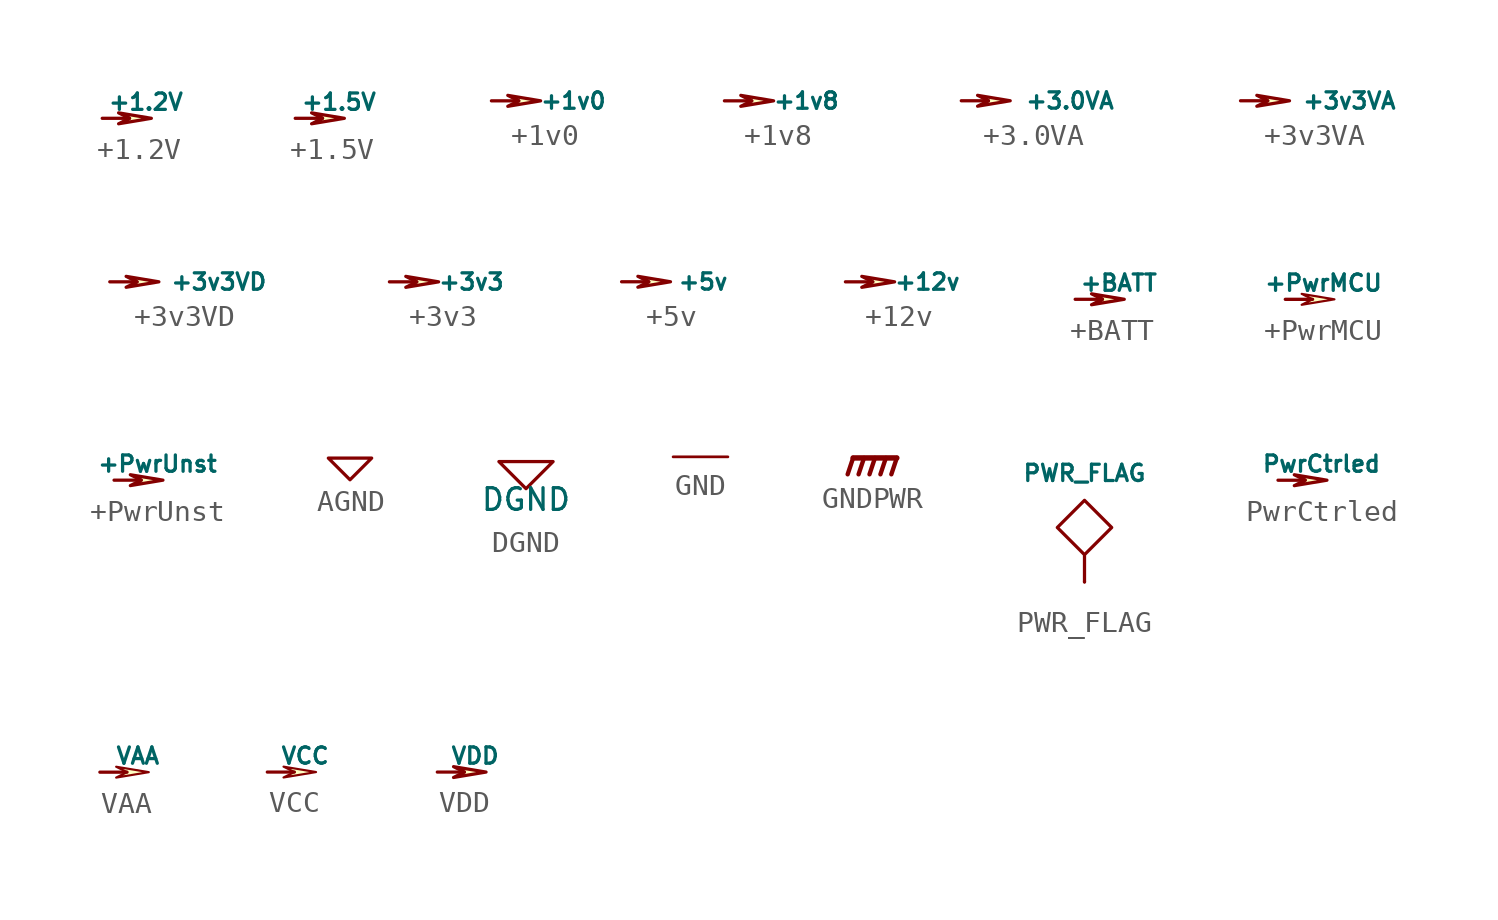
<source format=kicad_sym>
(kicad_symbol_lib
  (version 20201005)
  (generator kicad_symbol_editor)
  (symbol "power:+1.2V"
    (power)
    (pin_names
      (offset 0))
    (property "Reference" "#PWR"
      (at 0 -1.016 0)
      (effects (font (size 0.762 0.762)) hide))
    (property "Value" "+1.2V"
      (at 2.032 0.762 0)
      (effects (font (size 0.762 0.762))))
    (property "Footprint" ""
      (at 0 0 0)
      (effects (font (size 1.524 1.524))))
    (property "Datasheet" ""
      (at 0 0 0)
      (effects (font (size 1.524 1.524))))
    (symbol "+1.2V_0_0"
      (pin power_in line (at 0 0 90) (length 0) hide (name "+1.2V" (effects (font (size 0.762 0.762)))) (number "1" (effects (font (size 0.762 0.762))))))
    (symbol "+1.2V_0_1"
      (polyline (pts (xy 0 0) (xy 1.27 0) (xy 1.27 0)) (stroke (width 0)) (fill (type none)))
      (polyline (pts (xy 1.27 0) (xy 0.762 0.254) (xy 2.286 0) (xy 0.762 -0.254) (xy 1.27 0) (xy 1.27 0)) (stroke (width 0)) (fill (type background)))))
  (symbol "power:+1.5V"
    (power)
    (pin_names
      (offset 0))
    (property "Reference" "#PWR"
      (at 0 -1.016 0)
      (effects (font (size 0.762 0.762)) hide))
    (property "Value" "+1.5V"
      (at 2.032 0.762 0)
      (effects (font (size 0.762 0.762))))
    (property "Footprint" ""
      (at 0 0 0)
      (effects (font (size 1.524 1.524))))
    (property "Datasheet" ""
      (at 0 0 0)
      (effects (font (size 1.524 1.524))))
    (symbol "+1.5V_0_0"
      (pin power_in line (at 0 0 90) (length 0) hide (name "+1.5V" (effects (font (size 0.762 0.762)))) (number "1" (effects (font (size 0.762 0.762))))))
    (symbol "+1.5V_0_1"
      (polyline (pts (xy 0 0) (xy 1.27 0) (xy 1.27 0)) (stroke (width 0)) (fill (type none)))
      (polyline (pts (xy 1.27 0) (xy 0.762 0.254) (xy 2.286 0) (xy 0.762 -0.254) (xy 1.27 0) (xy 1.27 0)) (stroke (width 0)) (fill (type background)))))
  (symbol "power:+1v0"
    (power)
    (pin_names
      (offset 0))
    (property "Reference" "#PWR"
      (at 0 -1.016 0)
      (effects (font (size 0.762 0.762)) hide))
    (property "Value" "+1v0"
      (at 3.81 0 0)
      (effects (font (size 0.762 0.762))))
    (property "Footprint" ""
      (at 0 0 0)
      (effects (font (size 1.524 1.524))))
    (property "Datasheet" ""
      (at 0 0 0)
      (effects (font (size 1.524 1.524))))
    (symbol "+1v0_0_0"
      (pin power_in line (at 0 0 90) (length 0) hide (name "+1v0" (effects (font (size 0.762 0.762)))) (number "1" (effects (font (size 0.762 0.762))))))
    (symbol "+1v0_0_1"
      (polyline (pts (xy 0 0) (xy 1.27 0) (xy 1.27 0)) (stroke (width 0)) (fill (type none)))
      (polyline (pts (xy 1.27 0) (xy 0.762 0.254) (xy 2.286 0) (xy 0.762 -0.254) (xy 1.27 0) (xy 1.27 0)) (stroke (width 0)) (fill (type background)))))
  (symbol "power:+1v8"
    (power)
    (pin_names
      (offset 0))
    (property "Reference" "#PWR"
      (at 0 -1.016 0)
      (effects (font (size 0.762 0.762)) hide))
    (property "Value" "+1v8"
      (at 3.81 0 0)
      (effects (font (size 0.762 0.762))))
    (property "Footprint" ""
      (at 0 0 0)
      (effects (font (size 1.524 1.524))))
    (property "Datasheet" ""
      (at 0 0 0)
      (effects (font (size 1.524 1.524))))
    (symbol "+1v8_0_0"
      (pin power_in line (at 0 0 90) (length 0) hide (name "+1v8" (effects (font (size 0.762 0.762)))) (number "1" (effects (font (size 0.762 0.762))))))
    (symbol "+1v8_0_1"
      (polyline (pts (xy 0 0) (xy 1.27 0) (xy 1.27 0)) (stroke (width 0)) (fill (type none)))
      (polyline (pts (xy 1.27 0) (xy 0.762 0.254) (xy 2.286 0) (xy 0.762 -0.254) (xy 1.27 0) (xy 1.27 0)) (stroke (width 0)) (fill (type background)))))
  (symbol "power:+3.0VA"
    (power)
    (pin_names
      (offset 0))
    (property "Reference" "#PWR"
      (at 0 -1.016 0)
      (effects (font (size 0.762 0.762)) hide))
    (property "Value" "+3.0VA"
      (at 5.08 0 0)
      (effects (font (size 0.762 0.762))))
    (property "Footprint" ""
      (at 0 0 0)
      (effects (font (size 1.524 1.524))))
    (property "Datasheet" ""
      (at 0 0 0)
      (effects (font (size 1.524 1.524))))
    (symbol "+3.0VA_0_0"
      (pin power_in line (at 0 0 90) (length 0) hide (name "+3.0VA" (effects (font (size 0.762 0.762)))) (number "1" (effects (font (size 0.762 0.762))))))
    (symbol "+3.0VA_0_1"
      (polyline (pts (xy 0 0) (xy 1.27 0) (xy 1.27 0)) (stroke (width 0)) (fill (type none)))
      (polyline (pts (xy 1.27 0) (xy 0.762 0.254) (xy 2.286 0) (xy 0.762 -0.254) (xy 1.27 0) (xy 1.27 0)) (stroke (width 0)) (fill (type background)))))
  (symbol "power:+3v3VA"
    (power)
    (pin_names
      (offset 0))
    (property "Reference" "#PWR"
      (at 0 -1.016 0)
      (effects (font (size 0.762 0.762)) hide))
    (property "Value" "+3v3VA"
      (at 5.08 0 0)
      (effects (font (size 0.762 0.762))))
    (property "Footprint" ""
      (at 0 0 0)
      (effects (font (size 1.524 1.524))))
    (property "Datasheet" ""
      (at 0 0 0)
      (effects (font (size 1.524 1.524))))
    (symbol "+3v3VA_0_0"
      (pin power_in line (at 0 0 90) (length 0) hide (name "+3v3VA" (effects (font (size 0.762 0.762)))) (number "1" (effects (font (size 0.762 0.762))))))
    (symbol "+3v3VA_0_1"
      (polyline (pts (xy 0 0) (xy 1.27 0) (xy 1.27 0)) (stroke (width 0)) (fill (type none)))
      (polyline (pts (xy 1.27 0) (xy 0.762 0.254) (xy 2.286 0) (xy 0.762 -0.254) (xy 1.27 0) (xy 1.27 0)) (stroke (width 0)) (fill (type background)))))
  (symbol "power:+3v3VD"
    (power)
    (pin_names
      (offset 0))
    (property "Reference" "#PWR"
      (at 2.54 -1.27 0)
      (effects (font (size 0.762 0.762)) hide))
    (property "Value" "+3v3VD"
      (at 5.08 0 0)
      (effects (font (size 0.762 0.762))))
    (property "Footprint" ""
      (at 0 0 0)
      (effects (font (size 1.524 1.524))))
    (property "Datasheet" ""
      (at 0 0 0)
      (effects (font (size 1.524 1.524))))
    (symbol "+3v3VD_0_0"
      (pin power_in line (at 0 0 90) (length 0) hide (name "+3v3VD" (effects (font (size 0.762 0.762)))) (number "1" (effects (font (size 0.762 0.762))))))
    (symbol "+3v3VD_0_1"
      (polyline (pts (xy 0 0) (xy 1.27 0) (xy 1.27 0)) (stroke (width 0)) (fill (type none)))
      (polyline (pts (xy 1.27 0) (xy 0.762 0.254) (xy 2.286 0) (xy 0.762 -0.254) (xy 1.27 0) (xy 1.27 0)) (stroke (width 0)) (fill (type background)))))
  (symbol "power:+3v3"
    (power)
    (pin_names
      (offset 0))
    (property "Reference" "#PWR"
      (at 0 -1.016 0)
      (effects (font (size 0.762 0.762)) hide))
    (property "Value" "+3v3"
      (at 3.81 0 0)
      (effects (font (size 0.762 0.762))))
    (property "Footprint" ""
      (at 0 0 0)
      (effects (font (size 1.524 1.524))))
    (property "Datasheet" ""
      (at 0 0 0)
      (effects (font (size 1.524 1.524))))
    (symbol "+3v3_0_0"
      (pin power_in line (at 0 0 90) (length 0) hide (name "+3v3" (effects (font (size 0.762 0.762)))) (number "1" (effects (font (size 0.762 0.762))))))
    (symbol "+3v3_0_1"
      (polyline (pts (xy 0 0) (xy 1.27 0) (xy 1.27 0)) (stroke (width 0)) (fill (type none)))
      (polyline (pts (xy 1.27 0) (xy 0.762 0.254) (xy 2.286 0) (xy 0.762 -0.254) (xy 1.27 0) (xy 1.27 0)) (stroke (width 0)) (fill (type background)))))
  (symbol "power:+5v"
    (power)
    (pin_names
      (offset 0))
    (property "Reference" "#PWR"
      (at 0 -1.016 0)
      (effects (font (size 0.762 0.762)) hide))
    (property "Value" "+5v"
      (at 3.81 0 0)
      (effects (font (size 0.762 0.762))))
    (property "Footprint" ""
      (at 0 0 0)
      (effects (font (size 1.524 1.524))))
    (property "Datasheet" ""
      (at 0 0 0)
      (effects (font (size 1.524 1.524))))
    (symbol "+5v_0_0"
      (pin power_in line (at 0 0 90) (length 0) hide (name "+5v" (effects (font (size 0.762 0.762)))) (number "1" (effects (font (size 0.762 0.762))))))
    (symbol "+5v_0_1"
      (polyline (pts (xy 0 0) (xy 1.27 0) (xy 1.27 0)) (stroke (width 0)) (fill (type none)))
      (polyline (pts (xy 1.27 0) (xy 0.762 0.254) (xy 2.286 0) (xy 0.762 -0.254) (xy 1.27 0) (xy 1.27 0)) (stroke (width 0)) (fill (type background)))))
  (symbol "power:+12v"
    (power)
    (pin_names
      (offset 0))
    (property "Reference" "#PWR"
      (at 0 -1.016 0)
      (effects (font (size 0.762 0.762)) hide))
    (property "Value" "+12v"
      (at 3.81 0 0)
      (effects (font (size 0.762 0.762))))
    (property "Footprint" ""
      (at 0 0 0)
      (effects (font (size 1.524 1.524))))
    (property "Datasheet" ""
      (at 0 0 0)
      (effects (font (size 1.524 1.524))))
    (symbol "+12v_0_0"
      (pin power_in line (at 0 0 90) (length 0) hide (name "+12v" (effects (font (size 0.762 0.762)))) (number "1" (effects (font (size 0.762 0.762))))))
    (symbol "+12v_0_1"
      (polyline (pts (xy 0 0) (xy 1.27 0) (xy 1.27 0)) (stroke (width 0)) (fill (type none)))
      (polyline (pts (xy 1.27 0) (xy 0.762 0.254) (xy 2.286 0) (xy 0.762 -0.254) (xy 1.27 0) (xy 1.27 0)) (stroke (width 0)) (fill (type background)))))
  (symbol "power:+BATT"
    (power)
    (pin_names
      (offset 0))
    (property "Reference" "#PWR"
      (at 0 -1.016 0)
      (effects (font (size 0.762 0.762)) hide))
    (property "Value" "+BATT"
      (at 2.032 0.762 0)
      (effects (font (size 0.762 0.762))))
    (property "Footprint" ""
      (at 0 0 0)
      (effects (font (size 1.524 1.524))))
    (property "Datasheet" ""
      (at 0 0 0)
      (effects (font (size 1.524 1.524))))
    (symbol "+BATT_0_0"
      (pin power_in line (at 0 0 90) (length 0) hide (name "+BATT" (effects (font (size 0.762 0.762)))) (number "1" (effects (font (size 0.762 0.762))))))
    (symbol "+BATT_0_1"
      (polyline (pts (xy 0 0) (xy 1.27 0) (xy 1.27 0)) (stroke (width 0)) (fill (type none)))
      (polyline (pts (xy 1.27 0) (xy 0.762 0.254) (xy 2.286 0) (xy 0.762 -0.254) (xy 1.27 0) (xy 1.27 0)) (stroke (width 0)) (fill (type background)))))
  (symbol "power:+PwrMCU"
    (power)
    (pin_names
      (offset 0))
    (property "Reference" "#PWR"
      (at 0 1.27 0)
      (effects (font (size 0.762 0.762)) hide))
    (property "Value" "+PwrMCU"
      (at 1.778 0.762 0)
      (effects (font (size 0.762 0.762))))
    (property "Footprint" ""
      (at 0 0 0)
      (effects (font (size 1.524 1.524))))
    (property "Datasheet" ""
      (at 0 0 0)
      (effects (font (size 1.524 1.524))))
    (symbol "+PwrMCU_0_0"
      (pin power_in line (at 0 0 90) (length 0) hide (name "+PwrMCU" (effects (font (size 0.508 0.508)))) (number "1" (effects (font (size 0.508 0.508))))))
    (symbol "+PwrMCU_0_1"
      (polyline (pts (xy 0 0) (xy 1.27 0) (xy 1.27 0)) (stroke (width 0)) (fill (type none)))
      (polyline (pts (xy 1.27 0) (xy 0.762 0.254) (xy 2.286 0) (xy 0.762 -0.254) (xy 1.27 0)) (stroke (width 0.102)) (fill (type background)))))
  (symbol "power:+PwrUnst"
    (power)
    (pin_names
      (offset 0))
    (property "Reference" "#PWR"
      (at 0 -1.016 0)
      (effects (font (size 0.762 0.762)) hide))
    (property "Value" "+PwrUnst"
      (at 2.032 0.762 0)
      (effects (font (size 0.762 0.762))))
    (property "Footprint" ""
      (at 0 0 0)
      (effects (font (size 1.524 1.524))))
    (property "Datasheet" ""
      (at 0 0 0)
      (effects (font (size 1.524 1.524))))
    (symbol "+PwrUnst_0_0"
      (pin power_in line (at 0 0 90) (length 0) hide (name "+PwrUnst" (effects (font (size 0.762 0.762)))) (number "1" (effects (font (size 0.762 0.762))))))
    (symbol "+PwrUnst_0_1"
      (polyline (pts (xy 0 0) (xy 1.27 0) (xy 1.27 0)) (stroke (width 0)) (fill (type none)))
      (polyline (pts (xy 1.27 0) (xy 0.762 0.254) (xy 2.286 0) (xy 0.762 -0.254) (xy 1.27 0) (xy 1.27 0)) (stroke (width 0)) (fill (type background)))))
  (symbol "power:AGND"
    (power)
    (pin_names
      (offset 0.254))
    (property "Reference" "#PWR"
      (at 0 0 0)
      (effects (font (size 1.016 1.016)) hide))
    (property "Footprint" ""
      (at 0 0 0)
      (effects (font (size 1.524 1.524))))
    (property "Datasheet" ""
      (at 0 0 0)
      (effects (font (size 1.524 1.524))))
    (symbol "AGND_0_1"
      (polyline (pts (xy -1.016 0) (xy 1.016 0) (xy 0 -1.016) (xy -1.016 0)) (stroke (width 0)) (fill (type none))))
    (symbol "AGND_1_1"
      (pin power_in line (at 0 0 90) (length 0) hide (name "AGND" (effects (font (size 1.016 1.016)))) (number "1" (effects (font (size 1.016 1.016)))))))
  (symbol "power:DGND"
    (pin_names
      (offset 1.016))
    (property "Reference" "#PWR"
      (at 0 0 0)
      (effects (font (size 1.016 1.016)) hide))
    (property "Value" "DGND"
      (at 0 -1.778 0)
      (effects (font (size 1.016 1.016))))
    (property "Footprint" ""
      (at 0 0 0)
      (effects (font (size 1.524 1.524))))
    (property "Datasheet" ""
      (at 0 0 0)
      (effects (font (size 1.524 1.524))))
    (symbol "DGND_0_1"
      (polyline (pts (xy -1.27 0) (xy 0 -1.27) (xy 1.27 0) (xy -1.27 0)) (stroke (width 0)) (fill (type none))))
    (symbol "DGND_1_1"
      (pin power_in line (at 0 0 90) (length 0) hide (name "DGND" (effects (font (size 1.016 1.016)))) (number "1" (effects (font (size 1.016 1.016)))))))
  (symbol "power:GND"
    (power)
    (pin_names
      (offset 0.254))
    (property "Reference" "#PWR"
      (at 2.286 -0.508 0)
      (effects (font (size 0.762 0.762)) hide))
    (property "Footprint" ""
      (at 0 0 0)
      (effects (font (size 1.524 1.524))))
    (property "Datasheet" ""
      (at 0 0 0)
      (effects (font (size 1.524 1.524))))
    (symbol "GND_0_1"
      (polyline (pts (xy -1.27 0) (xy 1.27 0)) (stroke (width 0.127)) (fill (type none))))
    (symbol "GND_1_1"
      (pin power_in line (at 0 0 270) (length 0) hide (name "GND" (effects (font (size 0.762 0.762)))) (number "1" (effects (font (size 0.762 0.762)))))))
  (symbol "power:GNDPWR"
    (power)
    (pin_numbers hide)
    (pin_names
      (offset 0) hide)
    (property "Reference" "#PWR"
      (at 0 1.27 0)
      (effects (font (size 1.016 1.016)) hide))
    (property "Footprint" ""
      (at 0 0 0)
      (effects (font (size 1.524 1.524))))
    (property "Datasheet" ""
      (at 0 0 0)
      (effects (font (size 1.524 1.524))))
    (symbol "GNDPWR_0_1"
      (polyline (pts (xy -1.016 0) (xy -1.27 -0.762) (xy -1.27 -0.762)) (stroke (width 0.203)) (fill (type none)))
      (polyline (pts (xy -0.508 0) (xy -0.762 -0.762) (xy -0.762 -0.762)) (stroke (width 0.203)) (fill (type none)))
      (polyline (pts (xy 0 0) (xy -0.254 -0.762) (xy -0.254 -0.762)) (stroke (width 0.203)) (fill (type none)))
      (polyline (pts (xy 0.508 0) (xy 0.254 -0.762) (xy 0.254 -0.762)) (stroke (width 0.203)) (fill (type none)))
      (polyline (pts (xy 1.016 0) (xy -1.016 0) (xy -1.016 0)) (stroke (width 0.254)) (fill (type none)))
      (polyline (pts (xy 1.016 0) (xy 0.762 -0.762) (xy 0.762 -0.762) (xy 0.762 -0.762)) (stroke (width 0.203)) (fill (type none))))
    (symbol "GNDPWR_1_1"
      (pin power_in line (at 0 0 90) (length 0) hide (name "GNDPWR" (effects (font (size 1.016 1.016)))) (number "1" (effects (font (size 1.016 1.016)))))))
  (symbol "power:PWR_FLAG"
    (power)
    (pin_numbers hide)
    (pin_names
      (offset 0) hide)
    (property "Reference" "#FLG"
      (at 0 6.858 0)
      (effects (font (size 0.762 0.762)) hide))
    (property "Value" "PWR_FLAG"
      (at 0 5.08 0)
      (effects (font (size 0.762 0.762))))
    (property "Footprint" ""
      (at 0 0 0)
      (effects (font (size 1.524 1.524))))
    (property "Datasheet" ""
      (at 0 0 0)
      (effects (font (size 1.524 1.524))))
    (symbol "PWR_FLAG_0_0"
      (pin power_out line (at 0 0 90) (length 0) (name "pwr" (effects (font (size 0.508 0.508)))) (number "1" (effects (font (size 0.508 0.508))))))
    (symbol "PWR_FLAG_0_1"
      (polyline (pts (xy 0 0) (xy 0 1.27) (xy 1.27 2.54) (xy 0 3.81) (xy -1.27 2.54) (xy 0 1.27)) (stroke (width 0)) (fill (type none)))))
  (symbol "power:PwrCtrled"
    (power)
    (pin_names
      (offset 0))
    (property "Reference" "#PWR"
      (at 0 -1.016 0)
      (effects (font (size 0.762 0.762)) hide))
    (property "Value" "PwrCtrled"
      (at 2.032 0.762 0)
      (effects (font (size 0.762 0.762))))
    (property "Footprint" ""
      (at 0 0 0)
      (effects (font (size 1.524 1.524))))
    (property "Datasheet" ""
      (at 0 0 0)
      (effects (font (size 1.524 1.524))))
    (symbol "PwrCtrled_0_0"
      (pin power_in line (at 0 0 90) (length 0) hide (name "PwrCtrled" (effects (font (size 0.762 0.762)))) (number "1" (effects (font (size 0.762 0.762))))))
    (symbol "PwrCtrled_0_1"
      (polyline (pts (xy 0 0) (xy 1.27 0) (xy 1.27 0)) (stroke (width 0)) (fill (type none)))
      (polyline (pts (xy 1.27 0) (xy 0.762 0.254) (xy 2.286 0) (xy 0.762 -0.254) (xy 1.27 0) (xy 1.27 0)) (stroke (width 0)) (fill (type background)))))
  (symbol "power:VAA"
    (power)
    (pin_names
      (offset 0))
    (property "Reference" "#PWR"
      (at 0 1.27 0)
      (effects (font (size 0.762 0.762)) hide))
    (property "Value" "VAA"
      (at 1.778 0.762 0)
      (effects (font (size 0.762 0.762))))
    (property "Footprint" ""
      (at 0 0 0)
      (effects (font (size 1.524 1.524))))
    (property "Datasheet" ""
      (at 0 0 0)
      (effects (font (size 1.524 1.524))))
    (symbol "VAA_0_0"
      (pin power_in line (at 0 0 90) (length 0) hide (name "VAA" (effects (font (size 0.508 0.508)))) (number "1" (effects (font (size 0.508 0.508))))))
    (symbol "VAA_0_1"
      (polyline (pts (xy 0 0) (xy 1.27 0) (xy 1.27 0)) (stroke (width 0)) (fill (type none)))
      (polyline (pts (xy 1.27 0) (xy 0.762 0.254) (xy 2.286 0) (xy 0.762 -0.254) (xy 1.27 0)) (stroke (width 0.102)) (fill (type background)))))
  (symbol "power:VCC"
    (power)
    (pin_names
      (offset 0))
    (property "Reference" "#PWR"
      (at 0 1.27 0)
      (effects (font (size 0.762 0.762)) hide))
    (property "Value" "VCC"
      (at 1.778 0.762 0)
      (effects (font (size 0.762 0.762))))
    (property "Footprint" ""
      (at 0 0 0)
      (effects (font (size 1.524 1.524))))
    (property "Datasheet" ""
      (at 0 0 0)
      (effects (font (size 1.524 1.524))))
    (symbol "VCC_0_0"
      (pin power_in line (at 0 0 90) (length 0) hide (name "VCC" (effects (font (size 0.508 0.508)))) (number "1" (effects (font (size 0.508 0.508))))))
    (symbol "VCC_0_1"
      (polyline (pts (xy 0 0) (xy 1.27 0) (xy 1.27 0)) (stroke (width 0)) (fill (type none)))
      (polyline (pts (xy 1.27 0) (xy 0.762 0.254) (xy 2.286 0) (xy 0.762 -0.254) (xy 1.27 0)) (stroke (width 0.102)) (fill (type background)))))
  (symbol "power:VDD"
    (power)
    (pin_names
      (offset 0))
    (property "Reference" "#PWR"
      (at 0 1.27 0)
      (effects (font (size 0.762 0.762)) hide))
    (property "Value" "VDD"
      (at 1.778 0.762 0)
      (effects (font (size 0.762 0.762))))
    (property "Footprint" ""
      (at 0 0 0)
      (effects (font (size 1.524 1.524))))
    (property "Datasheet" ""
      (at 0 0 0)
      (effects (font (size 1.524 1.524))))
    (symbol "VDD_0_0"
      (pin power_in line (at 0 0 90) (length 0) hide (name "VDD" (effects (font (size 0.508 0.508)))) (number "1" (effects (font (size 0.508 0.508))))))
    (symbol "VDD_0_1"
      (polyline (pts (xy 0 0) (xy 1.27 0) (xy 1.27 0)) (stroke (width 0)) (fill (type none)))
      (polyline (pts (xy 1.27 0) (xy 0.762 0.254) (xy 2.286 0) (xy 0.762 -0.254) (xy 1.27 0)) (stroke (width 0.152)) (fill (type background))))))
</source>
